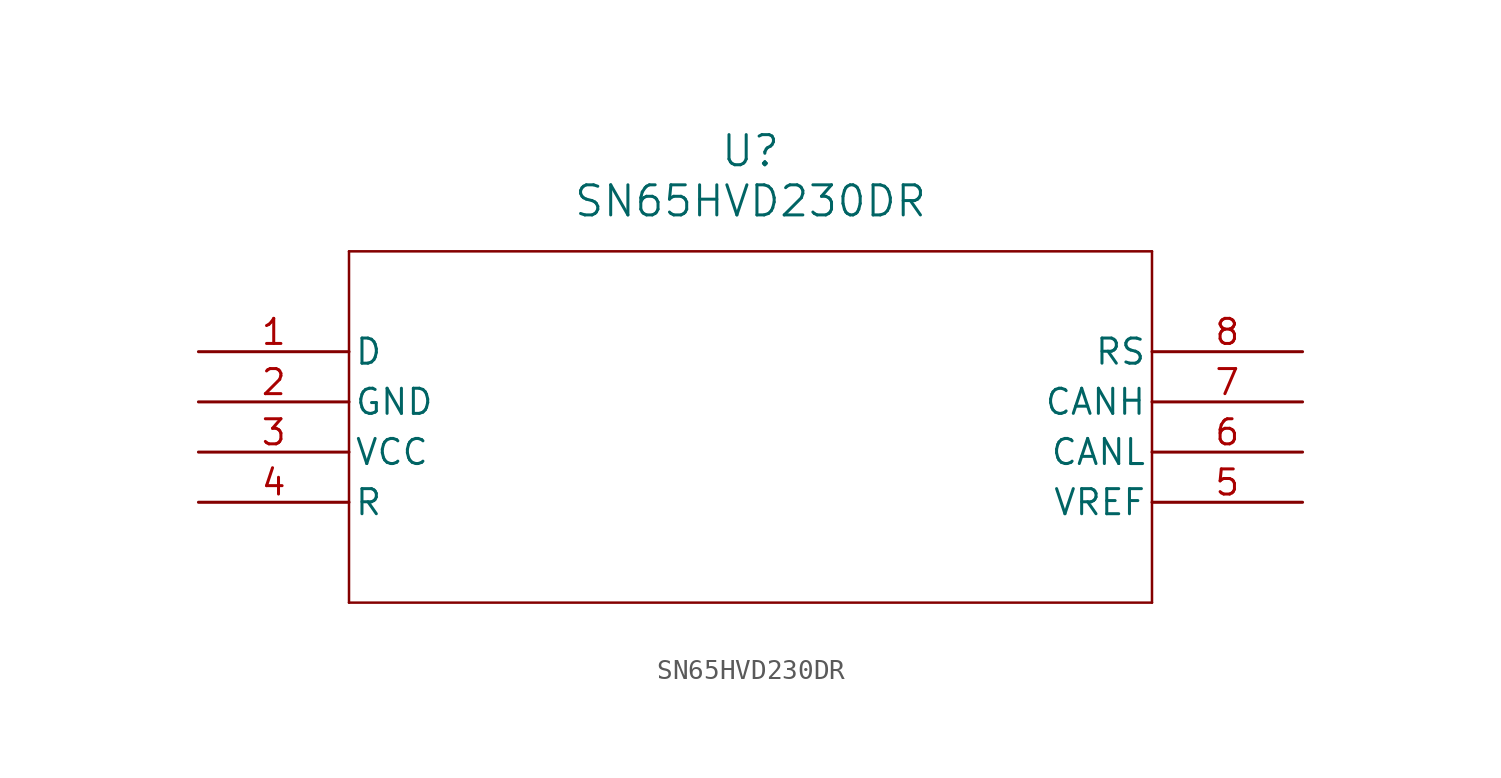
<source format=kicad_sym>
(kicad_symbol_lib
  (version 20211014)
  (generator kicad_symbol_editor)
  (symbol "SN65HVD230DR"
    (pin_names
      (offset 0.254))
    (property "Reference" "U"
      (at 27.94 10.16 0)
      (effects (font (size 1.524 1.524))))
    (property "Value" "SN65HVD230DR"
      (at 27.94 7.62 0)
      (effects (font (size 1.524 1.524))))
    (symbol "SN65HVD230DR_0_1"
      (polyline (pts (xy 7.62 5.08) (xy 7.62 -12.7)) (stroke (width 0.127) (type default) (color 0 0 0 0)) (fill (type none)))
      (polyline (pts (xy 7.62 -12.7) (xy 48.26 -12.7)) (stroke (width 0.127) (type default) (color 0 0 0 0)) (fill (type none)))
      (polyline (pts (xy 48.26 -12.7) (xy 48.26 5.08)) (stroke (width 0.127) (type default) (color 0 0 0 0)) (fill (type none)))
      (polyline (pts (xy 48.26 5.08) (xy 7.62 5.08)) (stroke (width 0.127) (type default) (color 0 0 0 0)) (fill (type none)))
      (pin input line (at 0 0 0) (length 7.62) (name "D" (effects (font (size 1.27 1.27)))) (number "1" (effects (font (size 1.27 1.27)))))
      (pin power_in line (at 0 -2.54 0) (length 7.62) (name "GND" (effects (font (size 1.27 1.27)))) (number "2" (effects (font (size 1.27 1.27)))))
      (pin power_in line (at 0 -5.08 0) (length 7.62) (name "VCC" (effects (font (size 1.27 1.27)))) (number "3" (effects (font (size 1.27 1.27)))))
      (pin input line (at 0 -7.62 0) (length 7.62) (name "R" (effects (font (size 1.27 1.27)))) (number "4" (effects (font (size 1.27 1.27)))))
      (pin power_in line (at 55.88 -7.62 180) (length 7.62) (name "VREF" (effects (font (size 1.27 1.27)))) (number "5" (effects (font (size 1.27 1.27)))))
      (pin output line (at 55.88 -5.08 180) (length 7.62) (name "CANL" (effects (font (size 1.27 1.27)))) (number "6" (effects (font (size 1.27 1.27)))))
      (pin output line (at 55.88 -2.54 180) (length 7.62) (name "CANH" (effects (font (size 1.27 1.27)))) (number "7" (effects (font (size 1.27 1.27)))))
      (pin input line (at 55.88 0 180) (length 7.62) (name "RS" (effects (font (size 1.27 1.27)))) (number "8" (effects (font (size 1.27 1.27))))))))
</source>
